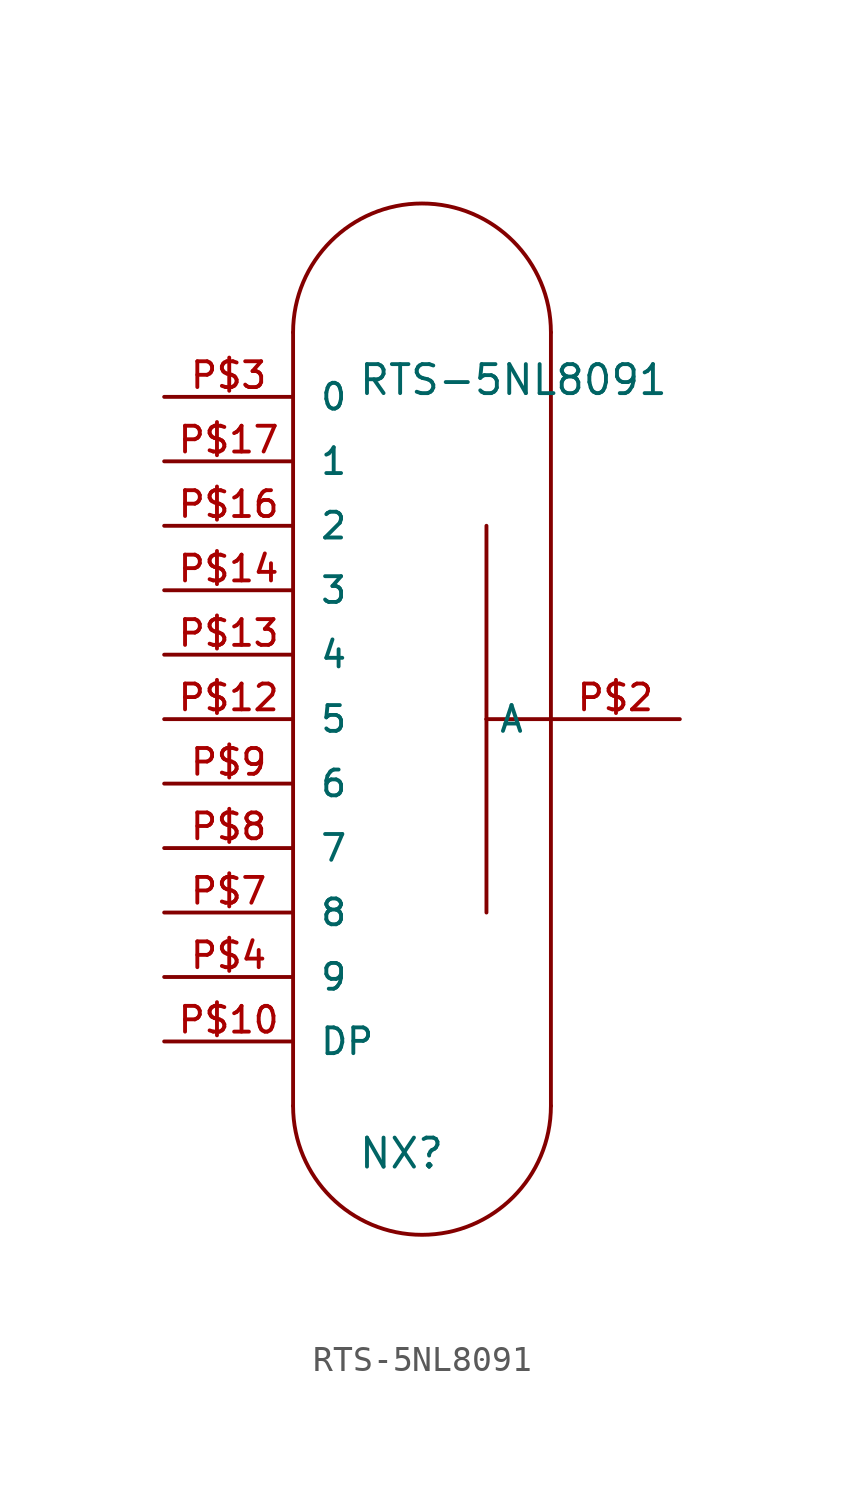
<source format=kicad_sym>
(kicad_symbol_lib
  (version 20220914)
  (generator kicad_symbol_editor)
  (symbol "RTS-5NL8091"
    (pin_names
      (offset 1.016))
    (property "Reference" "NX"
      (at -2.54 -15.24 0)
      (effects (font (size 1.143 1.143)) (justify left bottom)))
    (property "Value" "RTS-5NL8091"
      (at -2.54 15.24 0)
      (effects (font (size 1.143 1.143)) (justify left bottom)))
    (property "ki_locked" ""
      (at 0 0 0)
      (effects (font (size 1.27 1.27))))
    (symbol "RTS-5NL8091_1_0"
      (polyline (pts (xy -5.08 17.78) (xy -5.08 -12.7)) (stroke (width 0) (type solid)) (fill (type none)))
      (polyline (pts (xy 2.54 -5.08) (xy 2.54 2.54)) (stroke (width 0) (type solid)) (fill (type none)))
      (polyline (pts (xy 2.54 2.54) (xy 2.54 10.16)) (stroke (width 0) (type solid)) (fill (type none)))
      (polyline (pts (xy 5.08 2.54) (xy 2.54 2.54)) (stroke (width 0) (type solid)) (fill (type none)))
      (polyline (pts (xy 5.08 2.54) (xy 5.08 -12.7)) (stroke (width 0) (type solid)) (fill (type none)))
      (polyline (pts (xy 5.08 17.78) (xy 5.08 2.54)) (stroke (width 0) (type solid)) (fill (type none))))
    (symbol "RTS-5NL8091_1_1"
      (arc (start -5.08 -12.7) (mid 0 -17.7579) (end 5.08 -12.7) (stroke (width 0) (type solid)) (fill (type none)))
      (arc (start 5.08 17.78) (mid 0 22.8379) (end -5.08 17.78) (stroke (width 0) (type solid)) (fill (type none)))
      (pin passive line (at -10.16 -10.16 0) (length 5.08) (name "DP" (effects (font (size 1.016 1.016)))) (number "P$10" (effects (font (size 1.016 1.016)))))
      (pin passive line (at -10.16 2.54 0) (length 5.08) (name "5" (effects (font (size 1.016 1.016)))) (number "P$12" (effects (font (size 1.016 1.016)))))
      (pin passive line (at -10.16 5.08 0) (length 5.08) (name "4" (effects (font (size 1.016 1.016)))) (number "P$13" (effects (font (size 1.016 1.016)))))
      (pin passive line (at -10.16 7.62 0) (length 5.08) (name "3" (effects (font (size 1.016 1.016)))) (number "P$14" (effects (font (size 1.016 1.016)))))
      (pin passive line (at -10.16 10.16 0) (length 5.08) (name "2" (effects (font (size 1.016 1.016)))) (number "P$16" (effects (font (size 1.016 1.016)))))
      (pin passive line (at -10.16 12.7 0) (length 5.08) (name "1" (effects (font (size 1.016 1.016)))) (number "P$17" (effects (font (size 1.016 1.016)))))
      (pin passive line (at 10.16 2.54 180) (length 5.08) (name "A" (effects (font (size 1.016 1.016)))) (number "P$2" (effects (font (size 1.016 1.016)))))
      (pin passive line (at -10.16 15.24 0) (length 5.08) (name "0" (effects (font (size 1.016 1.016)))) (number "P$3" (effects (font (size 1.016 1.016)))))
      (pin passive line (at -10.16 -7.62 0) (length 5.08) (name "9" (effects (font (size 1.016 1.016)))) (number "P$4" (effects (font (size 1.016 1.016)))))
      (pin passive line (at -10.16 -5.08 0) (length 5.08) (name "8" (effects (font (size 1.016 1.016)))) (number "P$7" (effects (font (size 1.016 1.016)))))
      (pin passive line (at -10.16 -2.54 0) (length 5.08) (name "7" (effects (font (size 1.016 1.016)))) (number "P$8" (effects (font (size 1.016 1.016)))))
      (pin passive line (at -10.16 0 0) (length 5.08) (name "6" (effects (font (size 1.016 1.016)))) (number "P$9" (effects (font (size 1.016 1.016))))))))
</source>
